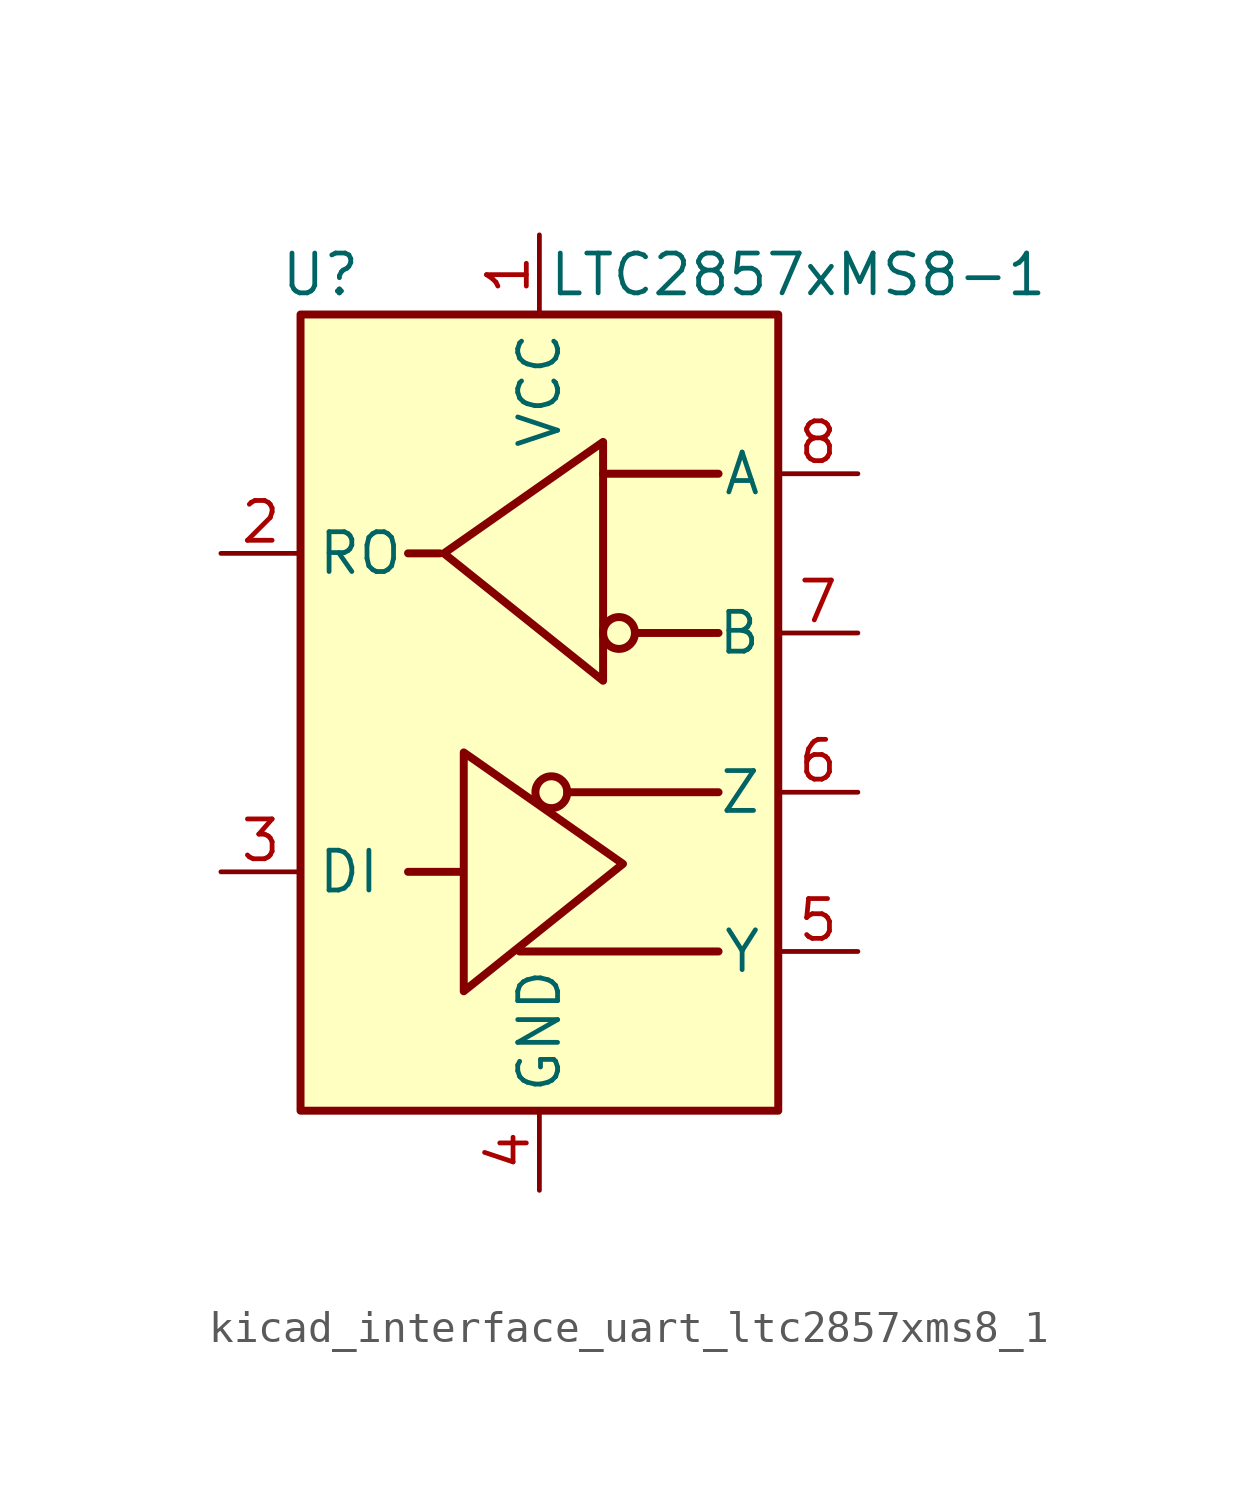
<source format=kicad_sym>
(kicad_symbol_lib
  (version 20220914)
  (generator kicad_symbol_editor)
  (symbol "kicad_interface_uart_ltc2857xms8_1"
    (property "Reference" "U"
      (at -6.985 13.97 0)
      (effects (font (size 1.27 1.27))))
    (property "Value" "LTC2857xMS8-1"
      (at 8.255 13.97 0)
      (effects (font (size 1.27 1.27))))
    (symbol "kicad_interface_uart_ltc2857xms8_1_0_1"
      (rectangle (start -7.62 12.7) (end 7.62 -12.7) (stroke (width 0.254) (type default)) (fill (type background))))
    (symbol "kicad_interface_uart_ltc2857xms8_1_1_1"
      (polyline (pts (xy -2.54 -5.08) (xy -4.191 -5.08)) (stroke (width 0.254) (type default)) (fill (type none)))
      (polyline (pts (xy -0.635 -7.62) (xy 5.715 -7.62)) (stroke (width 0.254) (type default)) (fill (type none)))
      (polyline (pts (xy 0.889 -2.54) (xy 5.715 -2.54)) (stroke (width 0.254) (type default)) (fill (type none)))
      (polyline (pts (xy 2.032 7.62) (xy 5.715 7.62)) (stroke (width 0.254) (type default)) (fill (type none)))
      (polyline (pts (xy 3.048 2.54) (xy 5.715 2.54)) (stroke (width 0.254) (type default)) (fill (type none)))
      (polyline (pts (xy -3.175 5.08) (xy -4.191 5.08) (xy -4.064 5.08)) (stroke (width 0.254) (type default)) (fill (type none)))
      (polyline (pts (xy -2.413 -5.08) (xy -2.413 -1.27) (xy 2.667 -4.826) (xy -2.413 -8.89) (xy -2.413 -5.08)) (stroke (width 0.254) (type default)) (fill (type none)))
      (polyline (pts (xy 2.032 4.826) (xy 2.032 8.636) (xy -3.048 5.08) (xy 2.032 1.016) (xy 2.032 4.826)) (stroke (width 0.254) (type default)) (fill (type none)))
      (circle (center 0.381 -2.54) (radius 0.508) (stroke (width 0.254) (type default)) (fill (type none)))
      (circle (center 2.54 2.54) (radius 0.508) (stroke (width 0.254) (type default)) (fill (type none)))
      (pin power_in line (at 0 15.24 270) (length 2.54) (name "VCC" (effects (font (size 1.27 1.27)))) (number "1" (effects (font (size 1.27 1.27)))))
      (pin output line (at -10.16 5.08 0) (length 2.54) (name "RO" (effects (font (size 1.27 1.27)))) (number "2" (effects (font (size 1.27 1.27)))))
      (pin input line (at -10.16 -5.08 0) (length 2.54) (name "DI" (effects (font (size 1.27 1.27)))) (number "3" (effects (font (size 1.27 1.27)))))
      (pin power_in line (at 0 -15.24 90) (length 2.54) (name "GND" (effects (font (size 1.27 1.27)))) (number "4" (effects (font (size 1.27 1.27)))))
      (pin output line (at 10.16 -7.62 180) (length 2.54) (name "Y" (effects (font (size 1.27 1.27)))) (number "5" (effects (font (size 1.27 1.27)))))
      (pin output line (at 10.16 -2.54 180) (length 2.54) (name "Z" (effects (font (size 1.27 1.27)))) (number "6" (effects (font (size 1.27 1.27)))))
      (pin input line (at 10.16 2.54 180) (length 2.54) (name "B" (effects (font (size 1.27 1.27)))) (number "7" (effects (font (size 1.27 1.27)))))
      (pin input line (at 10.16 7.62 180) (length 2.54) (name "A" (effects (font (size 1.27 1.27)))) (number "8" (effects (font (size 1.27 1.27))))))))
</source>
